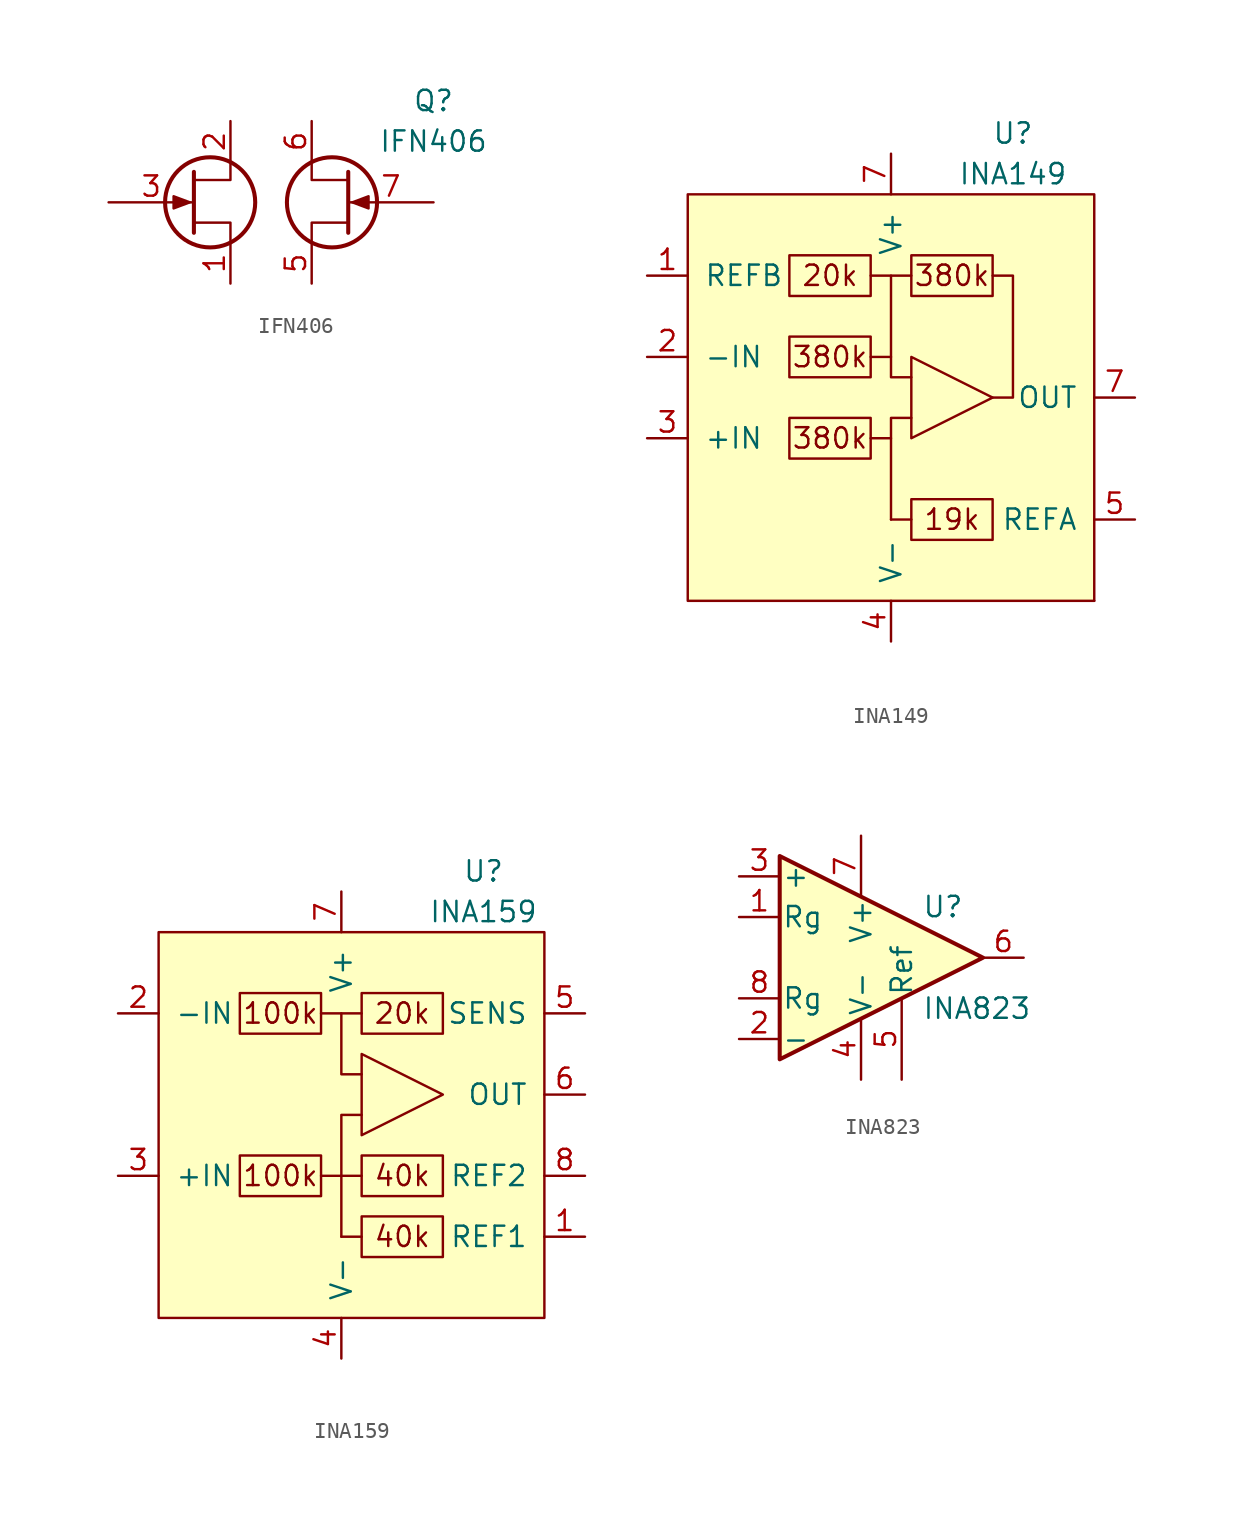
<source format=kicad_sym>
(kicad_symbol_lib
  (version 20220914)
  (generator kicad_symbol_editor)
  (symbol "IFN406"
    (pin_names
      (offset 1.016))
    (property "Reference" "Q"
      (at 10.16 6.35 0)
      (effects (font (size 1.27 1.27))))
    (property "Value" "IFN406"
      (at 10.16 3.81 0)
      (effects (font (size 1.27 1.27))))
    (symbol "IFN406_1_1"
      (circle (center -3.81 0) (radius 2.819) (stroke (width 0.254) (type default)) (fill (type none)))
      (polyline (pts (xy -4.826 1.905) (xy -4.826 -1.905) (xy -4.826 -1.905)) (stroke (width 0.254) (type default)) (fill (type none)))
      (polyline (pts (xy -2.54 -2.54) (xy -2.54 -1.27) (xy -4.826 -1.27)) (stroke (width 0) (type default)) (fill (type none)))
      (polyline (pts (xy -2.54 2.54) (xy -2.54 1.397) (xy -4.826 1.397)) (stroke (width 0) (type default)) (fill (type none)))
      (polyline (pts (xy 2.54 -2.54) (xy 2.54 -1.27) (xy 4.826 -1.27)) (stroke (width 0) (type default)) (fill (type none)))
      (polyline (pts (xy 2.54 2.54) (xy 2.54 1.397) (xy 4.826 1.397)) (stroke (width 0) (type default)) (fill (type none)))
      (polyline (pts (xy 4.826 1.905) (xy 4.826 -1.905) (xy 4.826 -1.905)) (stroke (width 0.254) (type default)) (fill (type none)))
      (polyline (pts (xy -5.08 0) (xy -6.096 0.381) (xy -6.096 -0.381) (xy -5.08 0)) (stroke (width 0) (type default)) (fill (type outline)))
      (polyline (pts (xy 5.08 0) (xy 6.096 0.381) (xy 6.096 -0.381) (xy 5.08 0)) (stroke (width 0) (type default)) (fill (type outline)))
      (circle (center 3.81 0) (radius 2.819) (stroke (width 0.254) (type default)) (fill (type none)))
      (pin passive line (at -2.54 -5.08 90) (length 2.54) (name "~" (effects (font (size 1.27 1.27)))) (number "1" (effects (font (size 1.27 1.27)))))
      (pin passive line (at -2.54 5.08 270) (length 2.54) (name "~" (effects (font (size 1.27 1.27)))) (number "2" (effects (font (size 1.27 1.27)))))
      (pin input line (at -10.16 0 0) (length 5.334) (name "~" (effects (font (size 1.27 1.27)))) (number "3" (effects (font (size 1.27 1.27)))))
      (pin passive line (at 2.54 -5.08 90) (length 2.54) (name "~" (effects (font (size 1.27 1.27)))) (number "5" (effects (font (size 1.27 1.27)))))
      (pin passive line (at 2.54 5.08 270) (length 2.54) (name "~" (effects (font (size 1.27 1.27)))) (number "6" (effects (font (size 1.27 1.27)))))
      (pin input line (at 10.16 0 180) (length 5.334) (name "~" (effects (font (size 1.27 1.27)))) (number "7" (effects (font (size 1.27 1.27)))))))
  (symbol "INA149"
    (pin_names
      (offset 1.016))
    (property "Reference" "U"
      (at 7.62 16.51 0)
      (effects (font (size 1.27 1.27))))
    (property "Value" "INA149"
      (at 7.62 13.97 0)
      (effects (font (size 1.27 1.27))))
    (symbol "INA149_0_0"
      (polyline (pts (xy -1.27 7.62) (xy 0 7.62) (xy 0 2.54)) (stroke (width 0) (type default)) (fill (type none)))
      (polyline (pts (xy 1.27 -1.27) (xy 0 -1.27) (xy 0 -2.54) (xy -1.27 -2.54)) (stroke (width 0) (type default)) (fill (type none)))
      (polyline (pts (xy 1.27 1.27) (xy 0 1.27) (xy 0 2.54) (xy -1.27 2.54)) (stroke (width 0) (type default)) (fill (type none)))
      (text "19k" (at 3.81 -7.62 0) (effects (font (size 1.27 1.27))))
      (text "380k" (at -3.81 -2.54 0) (effects (font (size 1.27 1.27))))
      (text "380k" (at -3.81 2.54 0) (effects (font (size 1.27 1.27))))
      (text "380k" (at 3.81 7.62 0) (effects (font (size 1.27 1.27)))))
    (symbol "INA149_0_1"
      (polyline (pts (xy 1.27 7.62) (xy 0 7.62)) (stroke (width 0) (type default)) (fill (type none)))
      (polyline (pts (xy 1.27 2.54) (xy 1.27 -2.54) (xy 6.35 0) (xy 1.27 2.54)) (stroke (width 0) (type default)) (fill (type none)))
      (rectangle (start 1.27 8.89) (end 6.35 6.35) (stroke (width 0) (type default)) (fill (type none))))
    (symbol "INA149_1_1"
      (rectangle (start -12.7 12.7) (end 12.7 -12.7) (stroke (width 0) (type default)) (fill (type background)))
      (rectangle (start -6.35 -1.27) (end -1.27 -3.81) (stroke (width 0) (type default)) (fill (type none)))
      (rectangle (start -6.35 3.81) (end -1.27 1.27) (stroke (width 0) (type default)) (fill (type none)))
      (rectangle (start -6.35 8.89) (end -1.27 6.35) (stroke (width 0) (type default)) (fill (type none)))
      (polyline (pts (xy 0 -7.62) (xy 0 -2.54)) (stroke (width 0) (type default)) (fill (type none)))
      (polyline (pts (xy 1.27 -7.62) (xy 0 -7.62)) (stroke (width 0) (type default)) (fill (type none)))
      (polyline (pts (xy 6.35 7.62) (xy 7.62 7.62) (xy 7.62 0) (xy 6.35 0)) (stroke (width 0) (type default)) (fill (type none)))
      (rectangle (start 1.27 -6.35) (end 6.35 -8.89) (stroke (width 0) (type default)) (fill (type none)))
      (rectangle (start 12.7 -12.7) (end 12.7 -12.7) (stroke (width 0) (type default)) (fill (type none)))
      (text "20k" (at -3.81 7.62 0) (effects (font (size 1.27 1.27))))
      (pin input line (at -15.24 7.62 0) (length 2.54) (name "REFB" (effects (font (size 1.27 1.27)))) (number "1" (effects (font (size 1.27 1.27)))))
      (pin input line (at -15.24 2.54 0) (length 2.54) (name "-IN" (effects (font (size 1.27 1.27)))) (number "2" (effects (font (size 1.27 1.27)))))
      (pin input line (at -15.24 -2.54 0) (length 2.54) (name "+IN" (effects (font (size 1.27 1.27)))) (number "3" (effects (font (size 1.27 1.27)))))
      (pin passive line (at 0 -15.24 90) (length 2.54) (name "V-" (effects (font (size 1.27 1.27)))) (number "4" (effects (font (size 1.27 1.27)))))
      (pin input line (at 15.24 -7.62 180) (length 2.54) (name "REFA" (effects (font (size 1.27 1.27)))) (number "5" (effects (font (size 1.27 1.27)))))
      (pin output line (at 15.24 0 180) (length 2.54) (name "OUT" (effects (font (size 1.27 1.27)))) (number "7" (effects (font (size 1.27 1.27)))))
      (pin passive line (at 0 15.24 270) (length 2.54) (name "V+" (effects (font (size 1.27 1.27)))) (number "7" (effects (font (size 1.27 1.27)))))
      (pin input non_logic (at 12.7 7.62 180) (length 0) hide (name "NC" (effects (font (size 1.27 1.27)))) (number "8" (effects (font (size 1.27 1.27)))))))
  (symbol "INA159"
    (pin_names
      (offset 1.016))
    (property "Reference" "U"
      (at 8.89 16.51 0)
      (effects (font (size 1.27 1.27))))
    (property "Value" "INA159"
      (at 8.89 13.97 0)
      (effects (font (size 1.27 1.27))))
    (symbol "INA159_0_0"
      (text "100k" (at -3.81 -2.54 0) (effects (font (size 1.27 1.27))))
      (text "100k" (at -3.81 7.62 0) (effects (font (size 1.27 1.27))))
      (text "20k" (at 3.81 7.62 0) (effects (font (size 1.27 1.27))))
      (text "40k" (at 3.81 -6.35 0) (effects (font (size 1.27 1.27))))
      (text "40k" (at 3.81 -2.54 0) (effects (font (size 1.27 1.27)))))
    (symbol "INA159_0_1"
      (rectangle (start -11.43 12.7) (end 12.7 -11.43) (stroke (width 0) (type default)) (fill (type background)))
      (polyline (pts (xy -1.27 -2.54) (xy 0 -2.54)) (stroke (width 0) (type default)) (fill (type none)))
      (polyline (pts (xy 0 -6.35) (xy 0 -2.54)) (stroke (width 0) (type default)) (fill (type none)))
      (polyline (pts (xy 1.27 7.62) (xy 0 7.62)) (stroke (width 0) (type default)) (fill (type none)))
      (polyline (pts (xy 0 -2.54) (xy 0 1.27) (xy 1.27 1.27)) (stroke (width 0) (type default)) (fill (type none)))
      (polyline (pts (xy 1.27 3.81) (xy 0 3.81) (xy 0 7.62) (xy -1.27 7.62)) (stroke (width 0) (type default)) (fill (type none)))
      (polyline (pts (xy 1.27 5.08) (xy 1.27 0) (xy 6.35 2.54) (xy 1.27 5.08)) (stroke (width 0) (type default)) (fill (type none)))
      (rectangle (start 1.27 8.89) (end 6.35 6.35) (stroke (width 0) (type default)) (fill (type none))))
    (symbol "INA159_1_1"
      (rectangle (start -6.35 -1.27) (end -1.27 -3.81) (stroke (width 0) (type default)) (fill (type none)))
      (rectangle (start -6.35 8.89) (end -1.27 6.35) (stroke (width 0) (type default)) (fill (type none)))
      (polyline (pts (xy 1.27 -6.35) (xy 0 -6.35)) (stroke (width 0) (type default)) (fill (type none)))
      (polyline (pts (xy 1.27 -2.54) (xy 0 -2.54)) (stroke (width 0) (type default)) (fill (type none)))
      (rectangle (start 1.27 -5.08) (end 6.35 -7.62) (stroke (width 0) (type default)) (fill (type none)))
      (rectangle (start 1.27 -1.27) (end 6.35 -3.81) (stroke (width 0) (type default)) (fill (type none)))
      (pin input line (at 15.24 -6.35 180) (length 2.54) (name "REF1" (effects (font (size 1.27 1.27)))) (number "1" (effects (font (size 1.27 1.27)))))
      (pin input line (at -13.97 7.62 0) (length 2.54) (name "-IN" (effects (font (size 1.27 1.27)))) (number "2" (effects (font (size 1.27 1.27)))))
      (pin input line (at -13.97 -2.54 0) (length 2.54) (name "+IN" (effects (font (size 1.27 1.27)))) (number "3" (effects (font (size 1.27 1.27)))))
      (pin passive line (at 0 -13.97 90) (length 2.54) (name "V-" (effects (font (size 1.27 1.27)))) (number "4" (effects (font (size 1.27 1.27)))))
      (pin input line (at 15.24 7.62 180) (length 2.54) (name "SENS" (effects (font (size 1.27 1.27)))) (number "5" (effects (font (size 1.27 1.27)))))
      (pin output line (at 15.24 2.54 180) (length 2.54) (name "OUT" (effects (font (size 1.27 1.27)))) (number "6" (effects (font (size 1.27 1.27)))))
      (pin passive line (at 0 15.24 270) (length 2.54) (name "V+" (effects (font (size 1.27 1.27)))) (number "7" (effects (font (size 1.27 1.27)))))
      (pin input line (at 15.24 -2.54 180) (length 2.54) (name "REF2" (effects (font (size 1.27 1.27)))) (number "8" (effects (font (size 1.27 1.27)))))))
  (symbol "INA823"
    (pin_names
      (offset 0.127))
    (property "Reference" "U"
      (at 3.81 3.175 0)
      (effects (font (size 1.27 1.27)) (justify left)))
    (property "Value" "INA823"
      (at 3.81 -3.175 0)
      (effects (font (size 1.27 1.27)) (justify left)))
    (symbol "INA823_0_1"
      (polyline (pts (xy 7.62 0) (xy -5.08 6.35) (xy -5.08 -6.35) (xy 7.62 0)) (stroke (width 0.254) (type default)) (fill (type background))))
    (symbol "INA823_1_1"
      (pin passive line (at -7.62 2.54 0) (length 2.54) (name "Rg" (effects (font (size 1.27 1.27)))) (number "1" (effects (font (size 1.27 1.27)))))
      (pin input line (at -7.62 -5.08 0) (length 2.54) (name "-" (effects (font (size 1.27 1.27)))) (number "2" (effects (font (size 1.27 1.27)))))
      (pin input line (at -7.62 5.08 0) (length 2.54) (name "+" (effects (font (size 1.27 1.27)))) (number "3" (effects (font (size 1.27 1.27)))))
      (pin power_in line (at 0 -7.62 90) (length 3.81) (name "V-" (effects (font (size 1.27 1.27)))) (number "4" (effects (font (size 1.27 1.27)))))
      (pin input line (at 2.54 -7.62 90) (length 5.08) (name "Ref" (effects (font (size 1.27 1.27)))) (number "5" (effects (font (size 1.27 1.27)))))
      (pin output line (at 10.16 0 180) (length 2.54) (name "~" (effects (font (size 1.27 1.27)))) (number "6" (effects (font (size 1.27 1.27)))))
      (pin power_in line (at 0 7.62 270) (length 3.81) (name "V+" (effects (font (size 1.27 1.27)))) (number "7" (effects (font (size 1.27 1.27)))))
      (pin passive line (at -7.62 -2.54 0) (length 2.54) (name "Rg" (effects (font (size 1.27 1.27)))) (number "8" (effects (font (size 1.27 1.27))))))))
</source>
